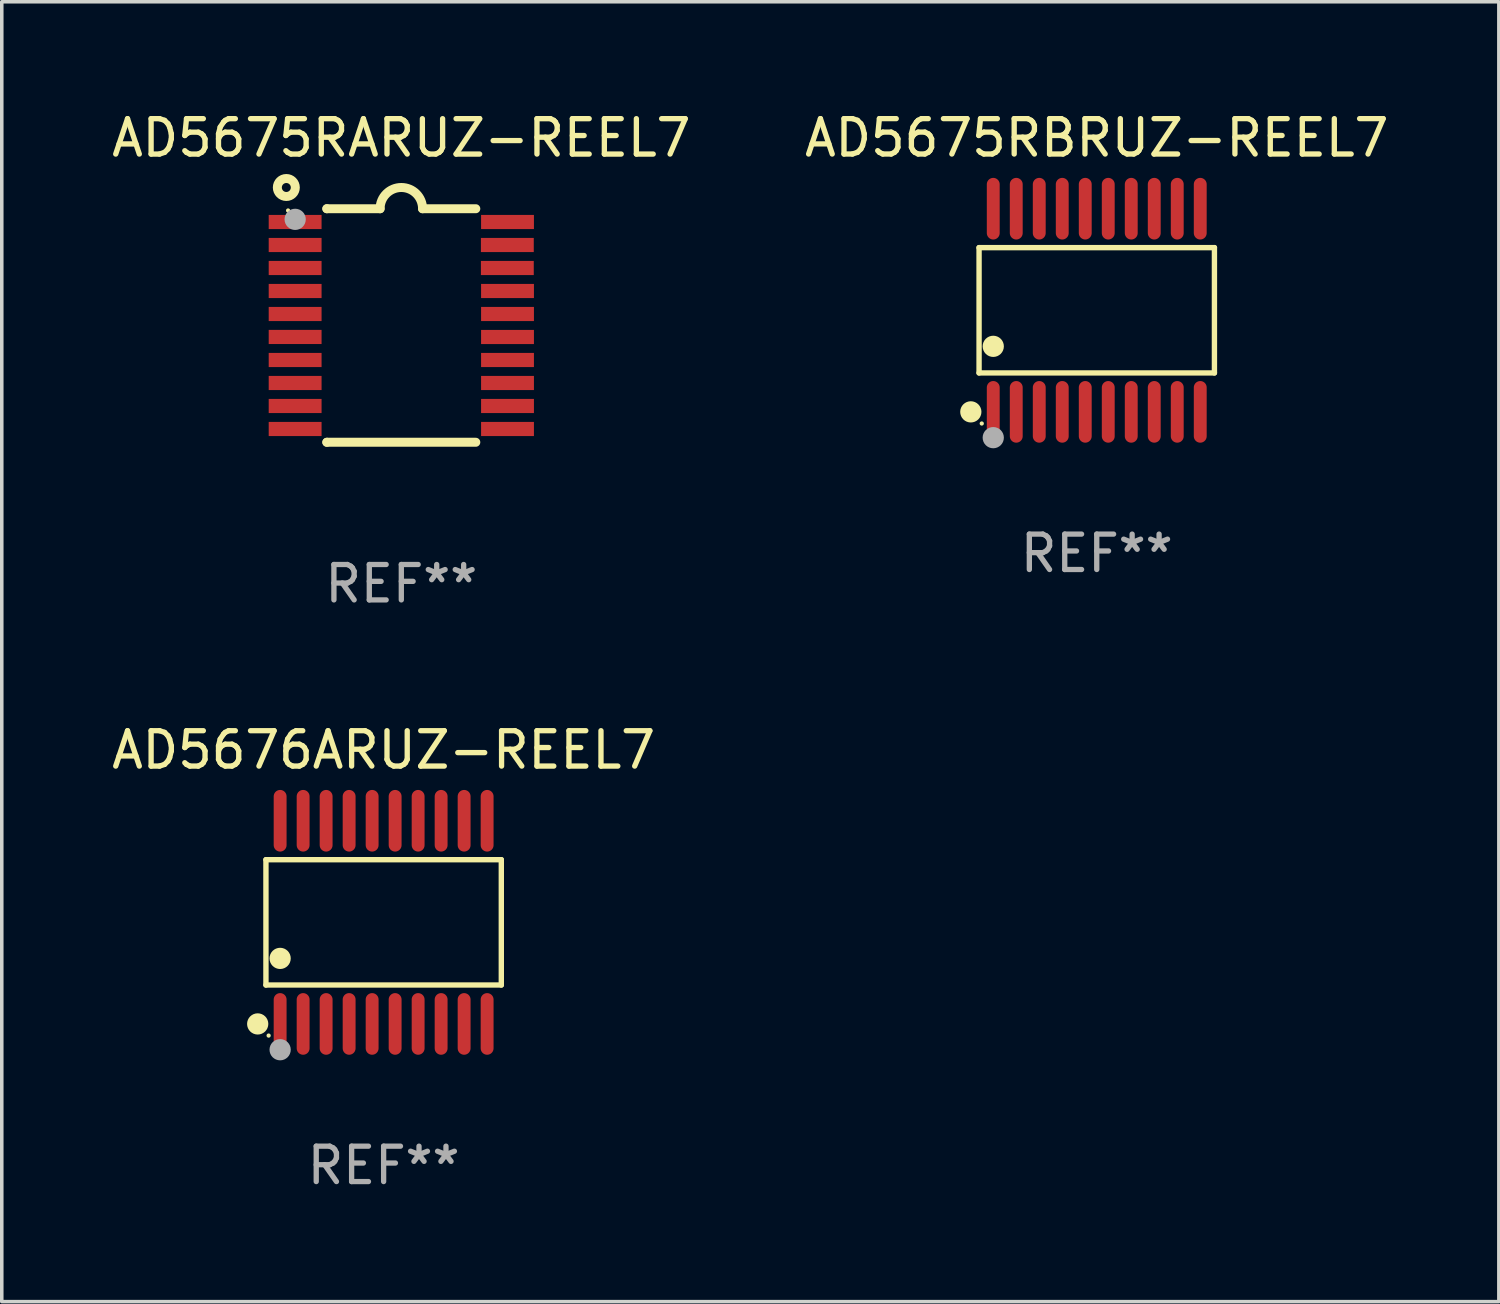
<source format=kicad_pcb>
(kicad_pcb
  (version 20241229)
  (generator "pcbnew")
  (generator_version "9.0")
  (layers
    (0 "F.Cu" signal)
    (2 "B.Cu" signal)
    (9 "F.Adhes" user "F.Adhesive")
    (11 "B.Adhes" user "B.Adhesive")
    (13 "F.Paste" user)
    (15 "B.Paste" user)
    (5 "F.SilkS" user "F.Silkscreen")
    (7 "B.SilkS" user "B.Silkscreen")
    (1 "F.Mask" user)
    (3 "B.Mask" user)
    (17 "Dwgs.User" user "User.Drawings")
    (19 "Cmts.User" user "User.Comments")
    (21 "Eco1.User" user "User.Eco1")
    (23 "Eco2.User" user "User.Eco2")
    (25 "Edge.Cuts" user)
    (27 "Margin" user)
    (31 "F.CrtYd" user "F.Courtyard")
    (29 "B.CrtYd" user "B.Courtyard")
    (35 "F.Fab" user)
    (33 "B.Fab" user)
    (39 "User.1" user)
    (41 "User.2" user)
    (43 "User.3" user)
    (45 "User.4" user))
  (footprint "AD5676ARUZ-REEL7"
    (layer "F.Cu")
    (at 7.792 23.017)
    (property "Reference" "AD5676ARUZ-REEL7" (at 0 -4.871 0) (layer "F.SilkS") (effects (font (size 1 1) (thickness 0.15))))
    (attr through_hole)
    (fp_line (start -3.326 -1.771) (end 3.326 -1.771) (stroke (width 0.152) (type solid)) (layer "F.SilkS"))
    (fp_line (start -3.326 1.771) (end -3.326 -1.771) (stroke (width 0.152) (type solid)) (layer "F.SilkS"))
    (fp_line (start 3.326 -1.771) (end 3.326 1.771) (stroke (width 0.152) (type solid)) (layer "F.SilkS"))
    (fp_line (start 3.326 1.771) (end -3.326 1.771) (stroke (width 0.152) (type solid)) (layer "F.SilkS"))
    (fp_circle (center -3.559 2.871) (end -3.409 2.871) (stroke (width 0.3) (type solid)) (fill no) (layer "F.SilkS"))
    (fp_circle (center -3.25 3.2) (end -3.22 3.2) (stroke (width 0.06) (type solid)) (fill no) (layer "F.SilkS"))
    (fp_circle (center -2.925 1.019) (end -2.775 1.019) (stroke (width 0.3) (type solid)) (fill no) (layer "F.SilkS"))
    (fp_circle (center -2.925 3.6) (end -2.775 3.6) (stroke (width 0.3) (type solid)) (fill no) (layer "F.Fab"))
    (fp_text user "REF**" (at 0 6.871 0) (layer "F.Fab") (effects (font (size 1 1) (thickness 0.15))))
    (pad "1" smd oval (at -2.925 2.871) (size 0.364 1.742) (layers "F.Cu" "F.Mask" "F.Paste"))
    (pad "2" smd oval (at -2.275 2.871) (size 0.364 1.742) (layers "F.Cu" "F.Mask" "F.Paste"))
    (pad "3" smd oval (at -1.625 2.871) (size 0.364 1.742) (layers "F.Cu" "F.Mask" "F.Paste"))
    (pad "4" smd oval (at -0.975 2.871) (size 0.364 1.742) (layers "F.Cu" "F.Mask" "F.Paste"))
    (pad "5" smd oval (at -0.325 2.871) (size 0.364 1.742) (layers "F.Cu" "F.Mask" "F.Paste"))
    (pad "6" smd oval (at 0.325 2.871) (size 0.364 1.742) (layers "F.Cu" "F.Mask" "F.Paste"))
    (pad "7" smd oval (at 0.975 2.871) (size 0.364 1.742) (layers "F.Cu" "F.Mask" "F.Paste"))
    (pad "8" smd oval (at 1.625 2.871) (size 0.364 1.742) (layers "F.Cu" "F.Mask" "F.Paste"))
    (pad "9" smd oval (at 2.275 2.871) (size 0.364 1.742) (layers "F.Cu" "F.Mask" "F.Paste"))
    (pad "10" smd oval (at 2.925 2.871) (size 0.364 1.742) (layers "F.Cu" "F.Mask" "F.Paste"))
    (pad "11" smd oval (at 2.925 -2.871) (size 0.364 1.742) (layers "F.Cu" "F.Mask" "F.Paste"))
    (pad "12" smd oval (at 2.275 -2.871) (size 0.364 1.742) (layers "F.Cu" "F.Mask" "F.Paste"))
    (pad "13" smd oval (at 1.625 -2.871) (size 0.364 1.742) (layers "F.Cu" "F.Mask" "F.Paste"))
    (pad "14" smd oval (at 0.975 -2.871) (size 0.364 1.742) (layers "F.Cu" "F.Mask" "F.Paste"))
    (pad "15" smd oval (at 0.325 -2.871) (size 0.364 1.742) (layers "F.Cu" "F.Mask" "F.Paste"))
    (pad "16" smd oval (at -0.325 -2.871) (size 0.364 1.742) (layers "F.Cu" "F.Mask" "F.Paste"))
    (pad "17" smd oval (at -0.975 -2.871) (size 0.364 1.742) (layers "F.Cu" "F.Mask" "F.Paste"))
    (pad "18" smd oval (at -1.625 -2.871) (size 0.364 1.742) (layers "F.Cu" "F.Mask" "F.Paste"))
    (pad "19" smd oval (at -2.275 -2.871) (size 0.364 1.742) (layers "F.Cu" "F.Mask" "F.Paste"))
    (pad "20" smd oval (at -2.925 -2.871) (size 0.364 1.742) (layers "F.Cu" "F.Mask" "F.Paste")))
  (footprint "AD5675RBRUZ-REEL7"
    (layer "F.Cu")
    (at 27.946 5.719)
    (property "Reference" "AD5675RBRUZ-REEL7" (at 0 -4.871 0) (layer "F.SilkS") (effects (font (size 1 1) (thickness 0.15))))
    (attr through_hole)
    (fp_line (start -3.326 -1.771) (end 3.326 -1.771) (stroke (width 0.152) (type solid)) (layer "F.SilkS"))
    (fp_line (start -3.326 1.771) (end -3.326 -1.771) (stroke (width 0.152) (type solid)) (layer "F.SilkS"))
    (fp_line (start 3.326 -1.771) (end 3.326 1.771) (stroke (width 0.152) (type solid)) (layer "F.SilkS"))
    (fp_line (start 3.326 1.771) (end -3.326 1.771) (stroke (width 0.152) (type solid)) (layer "F.SilkS"))
    (fp_circle (center -3.559 2.871) (end -3.409 2.871) (stroke (width 0.3) (type solid)) (fill no) (layer "F.SilkS"))
    (fp_circle (center -3.25 3.2) (end -3.22 3.2) (stroke (width 0.06) (type solid)) (fill no) (layer "F.SilkS"))
    (fp_circle (center -2.925 1.019) (end -2.775 1.019) (stroke (width 0.3) (type solid)) (fill no) (layer "F.SilkS"))
    (fp_circle (center -2.925 3.6) (end -2.775 3.6) (stroke (width 0.3) (type solid)) (fill no) (layer "F.Fab"))
    (fp_text user "REF**" (at 0 6.871 0) (layer "F.Fab") (effects (font (size 1 1) (thickness 0.15))))
    (pad "1" smd oval (at -2.925 2.871) (size 0.364 1.742) (layers "F.Cu" "F.Mask" "F.Paste"))
    (pad "2" smd oval (at -2.275 2.871) (size 0.364 1.742) (layers "F.Cu" "F.Mask" "F.Paste"))
    (pad "3" smd oval (at -1.625 2.871) (size 0.364 1.742) (layers "F.Cu" "F.Mask" "F.Paste"))
    (pad "4" smd oval (at -0.975 2.871) (size 0.364 1.742) (layers "F.Cu" "F.Mask" "F.Paste"))
    (pad "5" smd oval (at -0.325 2.871) (size 0.364 1.742) (layers "F.Cu" "F.Mask" "F.Paste"))
    (pad "6" smd oval (at 0.325 2.871) (size 0.364 1.742) (layers "F.Cu" "F.Mask" "F.Paste"))
    (pad "7" smd oval (at 0.975 2.871) (size 0.364 1.742) (layers "F.Cu" "F.Mask" "F.Paste"))
    (pad "8" smd oval (at 1.625 2.871) (size 0.364 1.742) (layers "F.Cu" "F.Mask" "F.Paste"))
    (pad "9" smd oval (at 2.275 2.871) (size 0.364 1.742) (layers "F.Cu" "F.Mask" "F.Paste"))
    (pad "10" smd oval (at 2.925 2.871) (size 0.364 1.742) (layers "F.Cu" "F.Mask" "F.Paste"))
    (pad "11" smd oval (at 2.925 -2.871) (size 0.364 1.742) (layers "F.Cu" "F.Mask" "F.Paste"))
    (pad "12" smd oval (at 2.275 -2.871) (size 0.364 1.742) (layers "F.Cu" "F.Mask" "F.Paste"))
    (pad "13" smd oval (at 1.625 -2.871) (size 0.364 1.742) (layers "F.Cu" "F.Mask" "F.Paste"))
    (pad "14" smd oval (at 0.975 -2.871) (size 0.364 1.742) (layers "F.Cu" "F.Mask" "F.Paste"))
    (pad "15" smd oval (at 0.325 -2.871) (size 0.364 1.742) (layers "F.Cu" "F.Mask" "F.Paste"))
    (pad "16" smd oval (at -0.325 -2.871) (size 0.364 1.742) (layers "F.Cu" "F.Mask" "F.Paste"))
    (pad "17" smd oval (at -0.975 -2.871) (size 0.364 1.742) (layers "F.Cu" "F.Mask" "F.Paste"))
    (pad "18" smd oval (at -1.625 -2.871) (size 0.364 1.742) (layers "F.Cu" "F.Mask" "F.Paste"))
    (pad "19" smd oval (at -2.275 -2.871) (size 0.364 1.742) (layers "F.Cu" "F.Mask" "F.Paste"))
    (pad "20" smd oval (at -2.925 -2.871) (size 0.364 1.742) (layers "F.Cu" "F.Mask" "F.Paste")))
  (footprint "AD5675RARUZ-REEL7"
    (layer "F.Cu")
    (at 8.292 6.149)
    (property "Reference" "AD5675RARUZ-REEL7" (at 0 -5.3 0) (layer "F.SilkS") (effects (font (size 1 1) (thickness 0.15))))
    (attr through_hole)
    (fp_line (start -2.105 -3.3) (end -2.105 -3.3) (stroke (width 0.254) (type solid)) (layer "F.SilkS"))
    (fp_line (start -2.105 -3.3) (end -0.6 -3.3) (stroke (width 0.254) (type solid)) (layer "F.SilkS"))
    (fp_line (start -2.105 3.3) (end -2.105 3.3) (stroke (width 0.254) (type solid)) (layer "F.SilkS"))
    (fp_line (start 0.6 -3.3) (end 2.105 -3.3) (stroke (width 0.254) (type solid)) (layer "F.SilkS"))
    (fp_line (start 2.105 3.3) (end -2.105 3.3) (stroke (width 0.254) (type solid)) (layer "F.SilkS"))
    (fp_arc (start -0.599924 -3.300026) (mid 0.000114 -3.897415) (end 0.600152 -3.300025) (stroke (width 0.254001) (type solid)) (layer "F.SilkS"))
    (fp_circle (center -3.25 -3.9) (end -2.996 -3.9) (stroke (width 0.254) (type solid)) (fill no) (layer "F.SilkS"))
    (fp_circle (center -3.2 -3.25) (end -3.17 -3.25) (stroke (width 0.06) (type solid)) (fill no) (layer "F.SilkS"))
    (fp_circle (center -3 -3) (end -2.85 -3) (stroke (width 0.3) (type solid)) (fill no) (layer "F.Fab"))
    (fp_text user "REF**" (at 0 7.3 0) (layer "F.Fab") (effects (font (size 1 1) (thickness 0.15))))
    (pad "1" smd rect (at -3.001 -2.925 270) (size 0.4 1.494) (layers "F.Cu" "F.Mask" "F.Paste"))
    (pad "2" smd rect (at -3.001 -2.275 270) (size 0.4 1.494) (layers "F.Cu" "F.Mask" "F.Paste"))
    (pad "3" smd rect (at -3.001 -1.625 270) (size 0.4 1.494) (layers "F.Cu" "F.Mask" "F.Paste"))
    (pad "4" smd rect (at -3.001 -0.975 270) (size 0.4 1.494) (layers "F.Cu" "F.Mask" "F.Paste"))
    (pad "5" smd rect (at -3.001 -0.325 270) (size 0.4 1.494) (layers "F.Cu" "F.Mask" "F.Paste"))
    (pad "6" smd rect (at -3.001 0.324 270) (size 0.4 1.494) (layers "F.Cu" "F.Mask" "F.Paste"))
    (pad "7" smd rect (at -3.001 0.975 270) (size 0.4 1.494) (layers "F.Cu" "F.Mask" "F.Paste"))
    (pad "8" smd rect (at -3.001 1.625 270) (size 0.4 1.494) (layers "F.Cu" "F.Mask" "F.Paste"))
    (pad "9" smd rect (at -3.001 2.275 270) (size 0.4 1.494) (layers "F.Cu" "F.Mask" "F.Paste"))
    (pad "10" smd rect (at -3.001 2.925 270) (size 0.4 1.494) (layers "F.Cu" "F.Mask" "F.Paste"))
    (pad "11" smd rect (at 3.001 2.925 270) (size 0.4 1.494) (layers "F.Cu" "F.Mask" "F.Paste"))
    (pad "12" smd rect (at 3.001 2.275 270) (size 0.4 1.494) (layers "F.Cu" "F.Mask" "F.Paste"))
    (pad "13" smd rect (at 3.001 1.625 270) (size 0.4 1.494) (layers "F.Cu" "F.Mask" "F.Paste"))
    (pad "14" smd rect (at 3.001 0.975 270) (size 0.4 1.494) (layers "F.Cu" "F.Mask" "F.Paste"))
    (pad "15" smd rect (at 3.001 0.325 270) (size 0.4 1.494) (layers "F.Cu" "F.Mask" "F.Paste"))
    (pad "16" smd rect (at 3.001 -0.325 270) (size 0.4 1.494) (layers "F.Cu" "F.Mask" "F.Paste"))
    (pad "17" smd rect (at 3.001 -0.975 270) (size 0.4 1.494) (layers "F.Cu" "F.Mask" "F.Paste"))
    (pad "18" smd rect (at 2.996 -1.625 270) (size 0.4 1.494) (layers "F.Cu" "F.Mask" "F.Paste"))
    (pad "19" smd rect (at 2.996 -2.275 270) (size 0.4 1.494) (layers "F.Cu" "F.Mask" "F.Paste"))
    (pad "20" smd rect (at 3.001 -2.925 270) (size 0.4 1.494) (layers "F.Cu" "F.Mask" "F.Paste")))
  (gr_rect
    (start -3 -3)
    (end 39.31 33.736)
    (stroke (width 0.1) (type default))
    (fill no)
    (layer "Edge.Cuts")))
</source>
